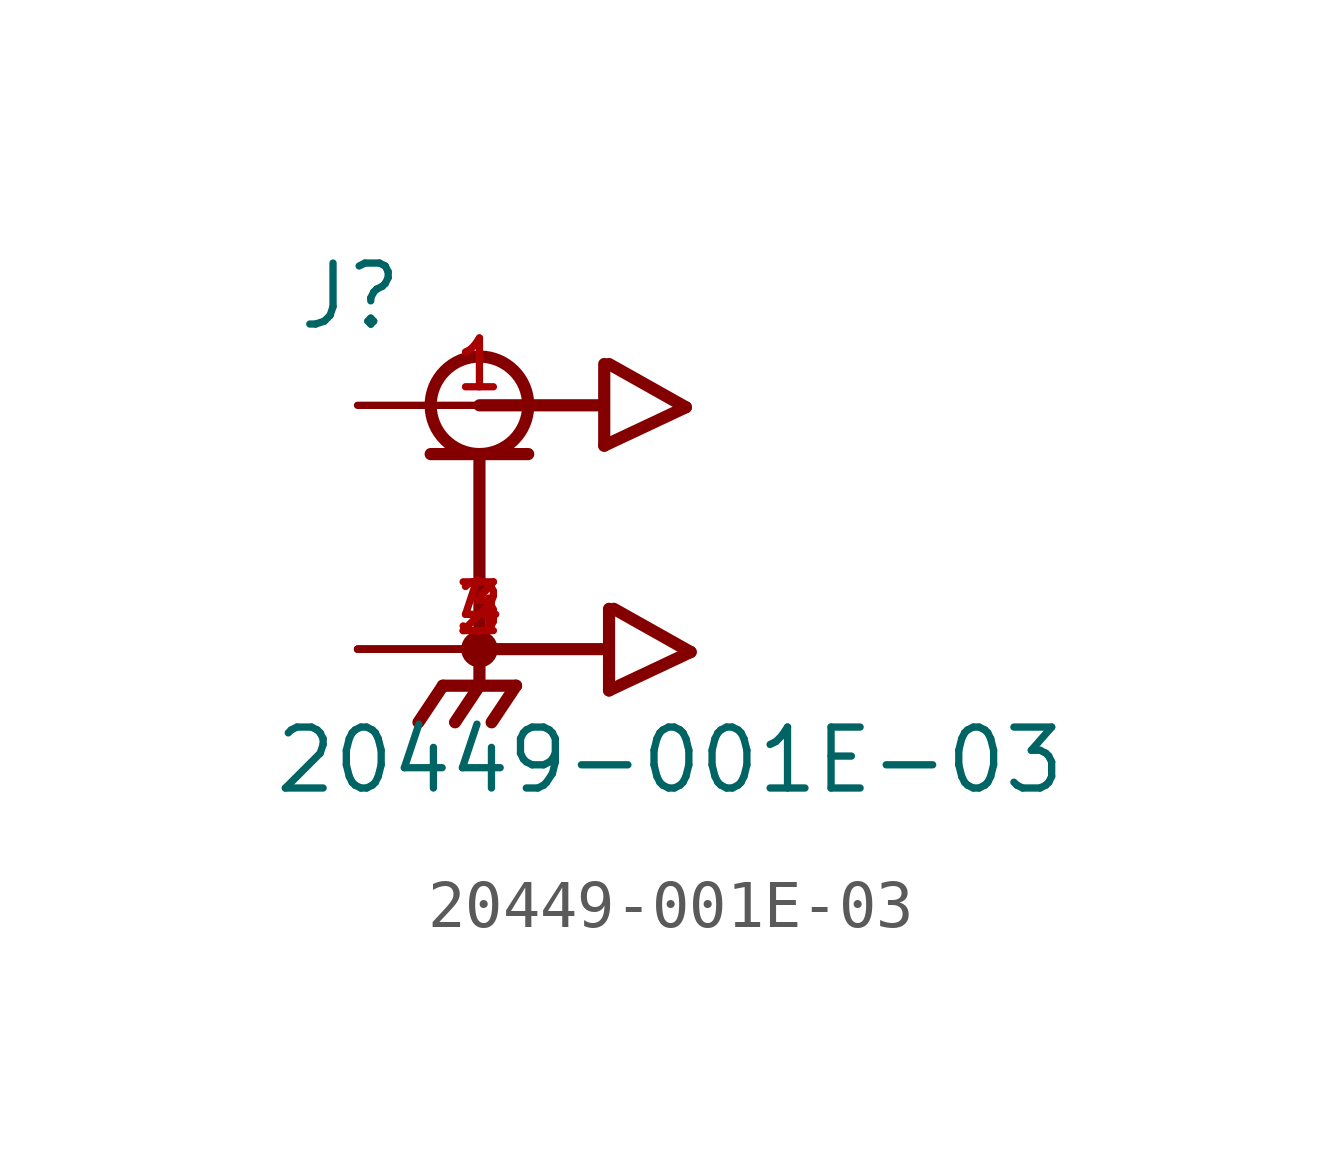
<source format=kicad_sym>
(kicad_symbol_lib
  (version 20211014)
  (generator kicad_symbol_editor)
  (symbol "20449-001E-03"
    (pin_names
      (offset 1.016))
    (property "Reference" "J"
      (at -3.816 4.07 0)
      (effects (font (size 1.27 1.27)) (justify bottom left)))
    (property "Value" "20449-001E-03"
      (at -4.325 -5.597 0)
      (effects (font (size 1.27 1.27)) (justify bottom left)))
    (symbol "20449-001E-03_0_0"
      (circle (center 0.0 2.54) (radius 1.016) (stroke (width 0.254)) (fill (type none)))
      (polyline (pts (xy -1.016 1.524) (xy 0.0 1.524)) (stroke (width 0.254)))
      (polyline (pts (xy 0.0 1.524) (xy 1.016 1.524)) (stroke (width 0.254)))
      (polyline (pts (xy 0.0 1.524) (xy 0.0 -2.54)) (stroke (width 0.254)))
      (circle (center 0.0 -2.54) (radius 0.254) (stroke (width 0.254)) (fill (type none)))
      (polyline (pts (xy 2.54 -2.54) (xy 0.0 -2.54)) (stroke (width 0.254)))
      (polyline (pts (xy 0.0 -2.54) (xy 0.0 -3.302)) (stroke (width 0.254)))
      (polyline (pts (xy 0.0 -3.302) (xy -0.762 -3.302)) (stroke (width 0.254)))
      (polyline (pts (xy 0.0 -3.302) (xy 0.762 -3.302)) (stroke (width 0.254)))
      (polyline (pts (xy -0.762 -3.302) (xy -1.27 -4.064)) (stroke (width 0.254)))
      (polyline (pts (xy 0.0 -3.302) (xy -0.508 -4.064)) (stroke (width 0.254)))
      (polyline (pts (xy 0.762 -3.302) (xy 0.254 -4.064)) (stroke (width 0.254)))
      (polyline (pts (xy 2.6 3.4) (xy 2.6 1.7)) (stroke (width 0.254)))
      (polyline (pts (xy 2.6 1.7) (xy 4.3 2.5)) (stroke (width 0.254)))
      (polyline (pts (xy 4.3 2.5) (xy 2.7 3.4)) (stroke (width 0.254)))
      (polyline (pts (xy 2.7 -1.7) (xy 2.7 -3.4)) (stroke (width 0.254)))
      (polyline (pts (xy 2.7 -3.4) (xy 4.4 -2.6)) (stroke (width 0.254)))
      (polyline (pts (xy 4.4 -2.6) (xy 2.8 -1.7)) (stroke (width 0.254)))
      (polyline (pts (xy 2.54 2.54) (xy 0.0 2.54)) (stroke (width 0.254)))
      (pin passive line (at -2.54 2.54 0) (length 5.08) (name "~" (effects (font (size 1.016 1.016)))) (number "1" (effects (font (size 1.016 1.016)))))
      (pin power_in line (at -2.54 -2.54 0) (length 5.08) (name "~" (effects (font (size 1.016 1.016)))) (number "2" (effects (font (size 1.016 1.016)))))
      (pin power_in line (at -2.54 -2.54 0) (length 5.08) (name "~" (effects (font (size 1.016 1.016)))) (number "3" (effects (font (size 1.016 1.016)))))
      (pin power_in line (at -2.54 -2.54 0) (length 5.08) (name "~" (effects (font (size 1.016 1.016)))) (number "4" (effects (font (size 1.016 1.016))))))))
</source>
